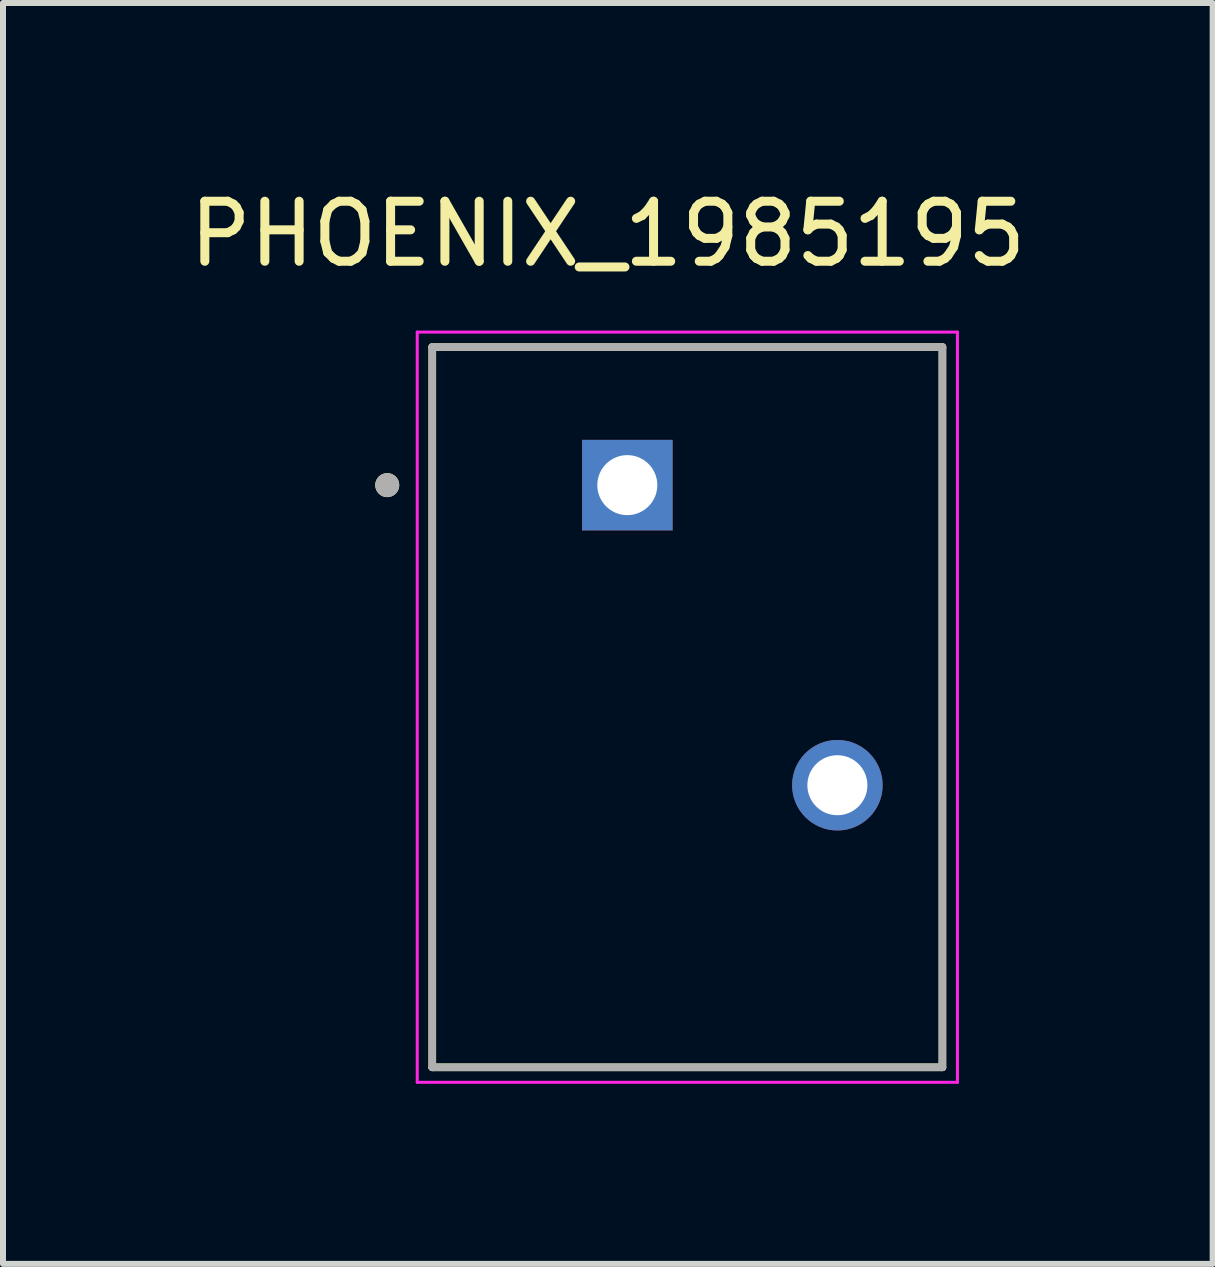
<source format=kicad_pcb>
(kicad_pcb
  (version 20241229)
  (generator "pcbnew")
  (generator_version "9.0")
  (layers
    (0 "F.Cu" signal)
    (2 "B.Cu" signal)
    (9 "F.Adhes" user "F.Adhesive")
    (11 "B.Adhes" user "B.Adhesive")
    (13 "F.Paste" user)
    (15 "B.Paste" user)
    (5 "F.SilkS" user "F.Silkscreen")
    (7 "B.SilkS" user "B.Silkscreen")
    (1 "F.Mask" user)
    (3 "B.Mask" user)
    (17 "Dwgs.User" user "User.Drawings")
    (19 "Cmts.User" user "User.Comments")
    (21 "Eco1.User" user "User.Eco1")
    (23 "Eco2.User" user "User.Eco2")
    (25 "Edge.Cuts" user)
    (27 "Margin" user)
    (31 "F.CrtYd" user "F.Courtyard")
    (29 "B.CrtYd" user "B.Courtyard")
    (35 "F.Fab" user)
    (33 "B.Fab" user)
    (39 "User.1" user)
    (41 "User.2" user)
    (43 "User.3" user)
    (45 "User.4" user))
  (footprint "PHOENIX_1985195"
    (layer "F.Cu")
    (at 9.152 7.533)
    (property "Reference" "PHOENIX_1985195" (at -2.075 -6.685 0) (layer "F.SilkS") (effects (font (size 1 1) (thickness 0.15))))
    (attr through_hole)
    (fp_line (start -5 -4.8) (end 3.5 -4.8) (stroke (width 0.127) (type solid)) (layer "F.SilkS"))
    (fp_line (start -5 7.2) (end -5 -4.8) (stroke (width 0.127) (type solid)) (layer "F.SilkS"))
    (fp_line (start 3.5 -4.8) (end 3.5 7.2) (stroke (width 0.127) (type solid)) (layer "F.SilkS"))
    (fp_line (start 3.5 7.2) (end -5 7.2) (stroke (width 0.127) (type solid)) (layer "F.SilkS"))
    (fp_circle (center -5.75 -2.5) (end -5.65 -2.5) (stroke (width 0.2) (type solid)) (fill no) (layer "F.SilkS"))
    (fp_line (start -5.25 -5.05) (end -5.25 7.45) (stroke (width 0.05) (type solid)) (layer "F.CrtYd"))
    (fp_line (start -5.25 7.45) (end 3.75 7.45) (stroke (width 0.05) (type solid)) (layer "F.CrtYd"))
    (fp_line (start 3.75 -5.05) (end -5.25 -5.05) (stroke (width 0.05) (type solid)) (layer "F.CrtYd"))
    (fp_line (start 3.75 7.45) (end 3.75 -5.05) (stroke (width 0.05) (type solid)) (layer "F.CrtYd"))
    (fp_line (start -5 -4.8) (end 3.5 -4.8) (stroke (width 0.127) (type solid)) (layer "F.Fab"))
    (fp_line (start -5 7.2) (end -5 -4.8) (stroke (width 0.127) (type solid)) (layer "F.Fab"))
    (fp_line (start 3.5 -4.8) (end 3.5 7.2) (stroke (width 0.127) (type solid)) (layer "F.Fab"))
    (fp_line (start 3.5 7.2) (end -5 7.2) (stroke (width 0.127) (type solid)) (layer "F.Fab"))
    (fp_circle (center -5.75 -2.5) (end -5.65 -2.5) (stroke (width 0.2) (type solid)) (fill no) (layer "F.Fab"))
    (pad "1" thru_hole rect (at -1.75 -2.5) (size 1.508 1.508) (drill 1) (layers "*.Cu" "*.Mask"))
    (pad "2" thru_hole circle (at 1.75 2.5) (size 1.508 1.508) (drill 1) (layers "*.Cu" "*.Mask")))
  (gr_rect
    (start -3 -3)
    (end 17.155 18.008)
    (stroke (width 0.1) (type default))
    (fill no)
    (layer "Edge.Cuts")))
</source>
